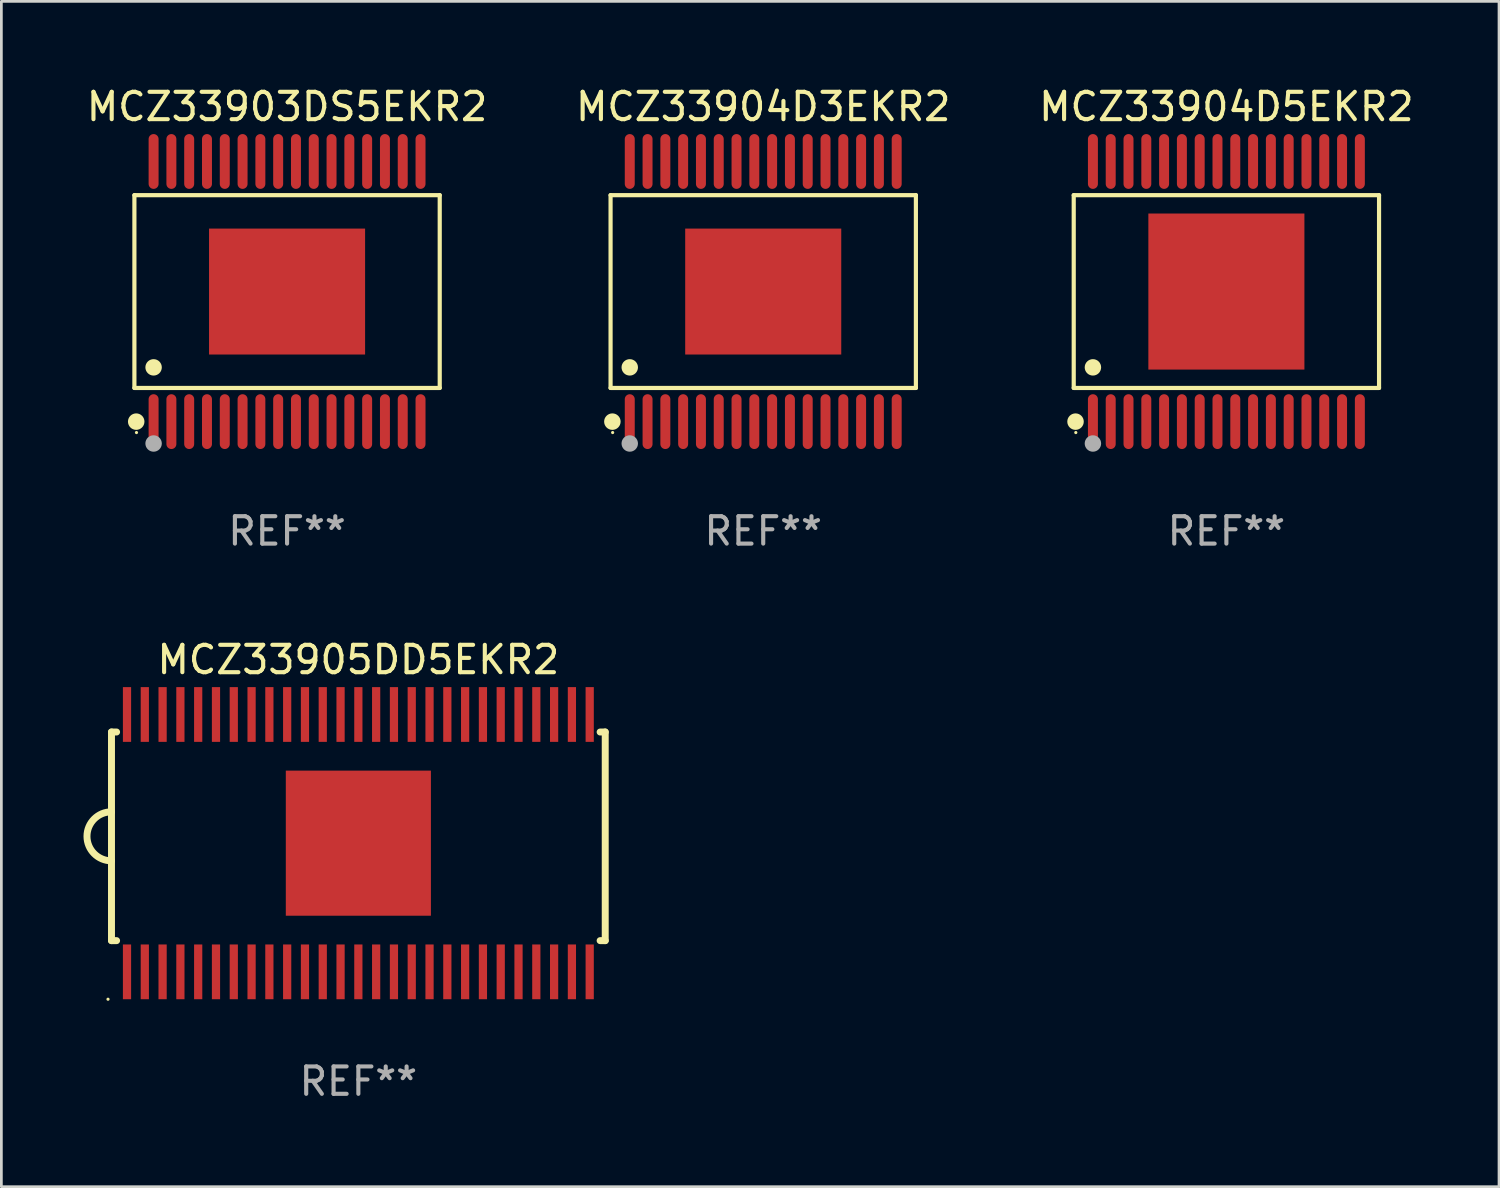
<source format=kicad_pcb>
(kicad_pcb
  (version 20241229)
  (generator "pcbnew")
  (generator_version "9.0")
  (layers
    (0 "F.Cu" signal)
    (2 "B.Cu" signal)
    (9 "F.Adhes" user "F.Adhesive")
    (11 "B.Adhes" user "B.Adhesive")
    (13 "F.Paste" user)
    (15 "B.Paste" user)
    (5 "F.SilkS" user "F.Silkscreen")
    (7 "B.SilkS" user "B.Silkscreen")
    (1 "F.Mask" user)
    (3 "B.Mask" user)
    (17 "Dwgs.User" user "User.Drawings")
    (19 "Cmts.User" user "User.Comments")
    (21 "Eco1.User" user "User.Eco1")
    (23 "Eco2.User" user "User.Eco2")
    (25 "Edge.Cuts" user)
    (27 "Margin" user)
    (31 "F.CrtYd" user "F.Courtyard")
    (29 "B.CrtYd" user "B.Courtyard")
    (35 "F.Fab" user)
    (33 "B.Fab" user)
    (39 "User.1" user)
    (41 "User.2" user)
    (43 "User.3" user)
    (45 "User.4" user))
  (footprint "MCZ33904D5EKR2"
    (layer "F.Cu")
    (at 41.744 7.599)
    (property "Reference" "MCZ33904D5EKR2" (at 0 -6.751 0) (layer "F.SilkS") (effects (font (size 1 1) (thickness 0.15))))
    (attr through_hole)
    (fp_line (start -5.576 -3.521) (end 5.576 -3.521) (stroke (width 0.152) (type solid)) (layer "F.SilkS"))
    (fp_line (start -5.576 3.521) (end -5.576 -3.521) (stroke (width 0.152) (type solid)) (layer "F.SilkS"))
    (fp_line (start 5.576 -3.521) (end 5.576 3.521) (stroke (width 0.152) (type solid)) (layer "F.SilkS"))
    (fp_line (start 5.576 3.521) (end -5.576 3.521) (stroke (width 0.152) (type solid)) (layer "F.SilkS"))
    (fp_circle (center -5.51 4.751) (end -5.359 4.751) (stroke (width 0.3) (type solid)) (fill no) (layer "F.SilkS"))
    (fp_circle (center -5.5 5.15) (end -5.47 5.15) (stroke (width 0.06) (type solid)) (fill no) (layer "F.SilkS"))
    (fp_circle (center -4.875 2.769) (end -4.725 2.769) (stroke (width 0.3) (type solid)) (fill no) (layer "F.SilkS"))
    (fp_circle (center -4.875 5.55) (end -4.725 5.55) (stroke (width 0.3) (type solid)) (fill no) (layer "F.Fab"))
    (fp_text user "REF**" (at 0 8.751 0) (layer "F.Fab") (effects (font (size 1 1) (thickness 0.15))))
    (pad "1" smd oval (at -4.875 4.751) (size 0.364 2.002) (layers "F.Cu" "F.Mask" "F.Paste"))
    (pad "2" smd oval (at -4.225 4.751) (size 0.364 2.002) (layers "F.Cu" "F.Mask" "F.Paste"))
    (pad "3" smd oval (at -3.575 4.751) (size 0.364 2.002) (layers "F.Cu" "F.Mask" "F.Paste"))
    (pad "4" smd oval (at -2.925 4.751) (size 0.364 2.002) (layers "F.Cu" "F.Mask" "F.Paste"))
    (pad "5" smd oval (at -2.275 4.751) (size 0.364 2.002) (layers "F.Cu" "F.Mask" "F.Paste"))
    (pad "6" smd oval (at -1.625 4.751) (size 0.364 2.002) (layers "F.Cu" "F.Mask" "F.Paste"))
    (pad "7" smd oval (at -0.975 4.751) (size 0.364 2.002) (layers "F.Cu" "F.Mask" "F.Paste"))
    (pad "8" smd oval (at -0.325 4.751) (size 0.364 2.002) (layers "F.Cu" "F.Mask" "F.Paste"))
    (pad "9" smd oval (at 0.325 4.751) (size 0.364 2.002) (layers "F.Cu" "F.Mask" "F.Paste"))
    (pad "10" smd oval (at 0.975 4.751) (size 0.364 2.002) (layers "F.Cu" "F.Mask" "F.Paste"))
    (pad "11" smd oval (at 1.625 4.751) (size 0.364 2.002) (layers "F.Cu" "F.Mask" "F.Paste"))
    (pad "12" smd oval (at 2.275 4.751) (size 0.364 2.002) (layers "F.Cu" "F.Mask" "F.Paste"))
    (pad "13" smd oval (at 2.925 4.751) (size 0.364 2.002) (layers "F.Cu" "F.Mask" "F.Paste"))
    (pad "14" smd oval (at 3.575 4.751) (size 0.364 2.002) (layers "F.Cu" "F.Mask" "F.Paste"))
    (pad "15" smd oval (at 4.225 4.751) (size 0.364 2.002) (layers "F.Cu" "F.Mask" "F.Paste"))
    (pad "16" smd oval (at 4.875 4.751) (size 0.364 2.002) (layers "F.Cu" "F.Mask" "F.Paste"))
    (pad "17" smd oval (at 4.875 -4.751) (size 0.364 2.002) (layers "F.Cu" "F.Mask" "F.Paste"))
    (pad "18" smd oval (at 4.225 -4.751) (size 0.364 2.002) (layers "F.Cu" "F.Mask" "F.Paste"))
    (pad "19" smd oval (at 3.575 -4.751) (size 0.364 2.002) (layers "F.Cu" "F.Mask" "F.Paste"))
    (pad "20" smd oval (at 2.925 -4.751) (size 0.364 2.002) (layers "F.Cu" "F.Mask" "F.Paste"))
    (pad "21" smd oval (at 2.275 -4.751) (size 0.364 2.002) (layers "F.Cu" "F.Mask" "F.Paste"))
    (pad "22" smd oval (at 1.625 -4.751) (size 0.364 2.002) (layers "F.Cu" "F.Mask" "F.Paste"))
    (pad "23" smd oval (at 0.975 -4.751) (size 0.364 2.002) (layers "F.Cu" "F.Mask" "F.Paste"))
    (pad "24" smd oval (at 0.325 -4.751) (size 0.364 2.002) (layers "F.Cu" "F.Mask" "F.Paste"))
    (pad "25" smd oval (at -0.325 -4.751) (size 0.364 2.002) (layers "F.Cu" "F.Mask" "F.Paste"))
    (pad "26" smd oval (at -0.975 -4.751) (size 0.364 2.002) (layers "F.Cu" "F.Mask" "F.Paste"))
    (pad "27" smd oval (at -1.625 -4.751) (size 0.364 2.002) (layers "F.Cu" "F.Mask" "F.Paste"))
    (pad "28" smd oval (at -2.275 -4.751) (size 0.364 2.002) (layers "F.Cu" "F.Mask" "F.Paste"))
    (pad "29" smd oval (at -2.925 -4.751) (size 0.364 2.002) (layers "F.Cu" "F.Mask" "F.Paste"))
    (pad "30" smd oval (at -3.575 -4.751) (size 0.364 2.002) (layers "F.Cu" "F.Mask" "F.Paste"))
    (pad "31" smd oval (at -4.225 -4.751) (size 0.364 2.002) (layers "F.Cu" "F.Mask" "F.Paste"))
    (pad "32" smd oval (at -4.875 -4.751) (size 0.364 2.002) (layers "F.Cu" "F.Mask" "F.Paste"))
    (pad "33" smd rect (at 0 0) (size 5.7 5.7) (layers "F.Cu" "F.Mask" "F.Paste")))
  (footprint "MCZ33904D3EKR2"
    (layer "F.Cu")
    (at 24.827 7.599)
    (property "Reference" "MCZ33904D3EKR2" (at 0 -6.751 0) (layer "F.SilkS") (effects (font (size 1 1) (thickness 0.15))))
    (attr through_hole)
    (fp_line (start -5.576 -3.521) (end 5.576 -3.521) (stroke (width 0.152) (type solid)) (layer "F.SilkS"))
    (fp_line (start -5.576 3.521) (end -5.576 -3.521) (stroke (width 0.152) (type solid)) (layer "F.SilkS"))
    (fp_line (start 5.576 -3.521) (end 5.576 3.521) (stroke (width 0.152) (type solid)) (layer "F.SilkS"))
    (fp_line (start 5.576 3.521) (end -5.576 3.521) (stroke (width 0.152) (type solid)) (layer "F.SilkS"))
    (fp_circle (center -5.51 4.751) (end -5.359 4.751) (stroke (width 0.3) (type solid)) (fill no) (layer "F.SilkS"))
    (fp_circle (center -5.5 5.15) (end -5.47 5.15) (stroke (width 0.06) (type solid)) (fill no) (layer "F.SilkS"))
    (fp_circle (center -4.875 2.769) (end -4.725 2.769) (stroke (width 0.3) (type solid)) (fill no) (layer "F.SilkS"))
    (fp_circle (center -4.875 5.55) (end -4.725 5.55) (stroke (width 0.3) (type solid)) (fill no) (layer "F.Fab"))
    (fp_text user "REF**" (at 0 8.751 0) (layer "F.Fab") (effects (font (size 1 1) (thickness 0.15))))
    (pad "1" smd oval (at -4.875 4.751) (size 0.364 2.002) (layers "F.Cu" "F.Mask" "F.Paste"))
    (pad "2" smd oval (at -4.225 4.751) (size 0.364 2.002) (layers "F.Cu" "F.Mask" "F.Paste"))
    (pad "3" smd oval (at -3.575 4.751) (size 0.364 2.002) (layers "F.Cu" "F.Mask" "F.Paste"))
    (pad "4" smd oval (at -2.925 4.751) (size 0.364 2.002) (layers "F.Cu" "F.Mask" "F.Paste"))
    (pad "5" smd oval (at -2.275 4.751) (size 0.364 2.002) (layers "F.Cu" "F.Mask" "F.Paste"))
    (pad "6" smd oval (at -1.625 4.751) (size 0.364 2.002) (layers "F.Cu" "F.Mask" "F.Paste"))
    (pad "7" smd oval (at -0.975 4.751) (size 0.364 2.002) (layers "F.Cu" "F.Mask" "F.Paste"))
    (pad "8" smd oval (at -0.325 4.751) (size 0.364 2.002) (layers "F.Cu" "F.Mask" "F.Paste"))
    (pad "9" smd oval (at 0.325 4.751) (size 0.364 2.002) (layers "F.Cu" "F.Mask" "F.Paste"))
    (pad "10" smd oval (at 0.975 4.751) (size 0.364 2.002) (layers "F.Cu" "F.Mask" "F.Paste"))
    (pad "11" smd oval (at 1.625 4.751) (size 0.364 2.002) (layers "F.Cu" "F.Mask" "F.Paste"))
    (pad "12" smd oval (at 2.275 4.751) (size 0.364 2.002) (layers "F.Cu" "F.Mask" "F.Paste"))
    (pad "13" smd oval (at 2.925 4.751) (size 0.364 2.002) (layers "F.Cu" "F.Mask" "F.Paste"))
    (pad "14" smd oval (at 3.575 4.751) (size 0.364 2.002) (layers "F.Cu" "F.Mask" "F.Paste"))
    (pad "15" smd oval (at 4.225 4.751) (size 0.364 2.002) (layers "F.Cu" "F.Mask" "F.Paste"))
    (pad "16" smd oval (at 4.875 4.751) (size 0.364 2.002) (layers "F.Cu" "F.Mask" "F.Paste"))
    (pad "17" smd oval (at 4.875 -4.751) (size 0.364 2.002) (layers "F.Cu" "F.Mask" "F.Paste"))
    (pad "18" smd oval (at 4.225 -4.751) (size 0.364 2.002) (layers "F.Cu" "F.Mask" "F.Paste"))
    (pad "19" smd oval (at 3.575 -4.751) (size 0.364 2.002) (layers "F.Cu" "F.Mask" "F.Paste"))
    (pad "20" smd oval (at 2.925 -4.751) (size 0.364 2.002) (layers "F.Cu" "F.Mask" "F.Paste"))
    (pad "21" smd oval (at 2.275 -4.751) (size 0.364 2.002) (layers "F.Cu" "F.Mask" "F.Paste"))
    (pad "22" smd oval (at 1.625 -4.751) (size 0.364 2.002) (layers "F.Cu" "F.Mask" "F.Paste"))
    (pad "23" smd oval (at 0.975 -4.751) (size 0.364 2.002) (layers "F.Cu" "F.Mask" "F.Paste"))
    (pad "24" smd oval (at 0.325 -4.751) (size 0.364 2.002) (layers "F.Cu" "F.Mask" "F.Paste"))
    (pad "25" smd oval (at -0.325 -4.751) (size 0.364 2.002) (layers "F.Cu" "F.Mask" "F.Paste"))
    (pad "26" smd oval (at -0.975 -4.751) (size 0.364 2.002) (layers "F.Cu" "F.Mask" "F.Paste"))
    (pad "27" smd oval (at -1.625 -4.751) (size 0.364 2.002) (layers "F.Cu" "F.Mask" "F.Paste"))
    (pad "28" smd oval (at -2.275 -4.751) (size 0.364 2.002) (layers "F.Cu" "F.Mask" "F.Paste"))
    (pad "29" smd oval (at -2.925 -4.751) (size 0.364 2.002) (layers "F.Cu" "F.Mask" "F.Paste"))
    (pad "30" smd oval (at -3.575 -4.751) (size 0.364 2.002) (layers "F.Cu" "F.Mask" "F.Paste"))
    (pad "31" smd oval (at -4.225 -4.751) (size 0.364 2.002) (layers "F.Cu" "F.Mask" "F.Paste"))
    (pad "32" smd oval (at -4.875 -4.751) (size 0.364 2.002) (layers "F.Cu" "F.Mask" "F.Paste"))
    (pad "33" smd rect (at 0 0) (size 5.7 4.6) (layers "F.Cu" "F.Mask" "F.Paste")))
  (footprint "MCZ33903DS5EKR2"
    (layer "F.Cu")
    (at 7.435 7.599)
    (property "Reference" "MCZ33903DS5EKR2" (at 0 -6.751 0) (layer "F.SilkS") (effects (font (size 1 1) (thickness 0.15))))
    (attr through_hole)
    (fp_line (start -5.576 -3.521) (end 5.576 -3.521) (stroke (width 0.152) (type solid)) (layer "F.SilkS"))
    (fp_line (start -5.576 3.521) (end -5.576 -3.521) (stroke (width 0.152) (type solid)) (layer "F.SilkS"))
    (fp_line (start 5.576 -3.521) (end 5.576 3.521) (stroke (width 0.152) (type solid)) (layer "F.SilkS"))
    (fp_line (start 5.576 3.521) (end -5.576 3.521) (stroke (width 0.152) (type solid)) (layer "F.SilkS"))
    (fp_circle (center -5.51 4.751) (end -5.359 4.751) (stroke (width 0.3) (type solid)) (fill no) (layer "F.SilkS"))
    (fp_circle (center -5.5 5.15) (end -5.47 5.15) (stroke (width 0.06) (type solid)) (fill no) (layer "F.SilkS"))
    (fp_circle (center -4.875 2.769) (end -4.725 2.769) (stroke (width 0.3) (type solid)) (fill no) (layer "F.SilkS"))
    (fp_circle (center -4.875 5.55) (end -4.725 5.55) (stroke (width 0.3) (type solid)) (fill no) (layer "F.Fab"))
    (fp_text user "REF**" (at 0 8.751 0) (layer "F.Fab") (effects (font (size 1 1) (thickness 0.15))))
    (pad "1" smd oval (at -4.875 4.751) (size 0.364 2.002) (layers "F.Cu" "F.Mask" "F.Paste"))
    (pad "2" smd oval (at -4.225 4.751) (size 0.364 2.002) (layers "F.Cu" "F.Mask" "F.Paste"))
    (pad "3" smd oval (at -3.575 4.751) (size 0.364 2.002) (layers "F.Cu" "F.Mask" "F.Paste"))
    (pad "4" smd oval (at -2.925 4.751) (size 0.364 2.002) (layers "F.Cu" "F.Mask" "F.Paste"))
    (pad "5" smd oval (at -2.275 4.751) (size 0.364 2.002) (layers "F.Cu" "F.Mask" "F.Paste"))
    (pad "6" smd oval (at -1.625 4.751) (size 0.364 2.002) (layers "F.Cu" "F.Mask" "F.Paste"))
    (pad "7" smd oval (at -0.975 4.751) (size 0.364 2.002) (layers "F.Cu" "F.Mask" "F.Paste"))
    (pad "8" smd oval (at -0.325 4.751) (size 0.364 2.002) (layers "F.Cu" "F.Mask" "F.Paste"))
    (pad "9" smd oval (at 0.325 4.751) (size 0.364 2.002) (layers "F.Cu" "F.Mask" "F.Paste"))
    (pad "10" smd oval (at 0.975 4.751) (size 0.364 2.002) (layers "F.Cu" "F.Mask" "F.Paste"))
    (pad "11" smd oval (at 1.625 4.751) (size 0.364 2.002) (layers "F.Cu" "F.Mask" "F.Paste"))
    (pad "12" smd oval (at 2.275 4.751) (size 0.364 2.002) (layers "F.Cu" "F.Mask" "F.Paste"))
    (pad "13" smd oval (at 2.925 4.751) (size 0.364 2.002) (layers "F.Cu" "F.Mask" "F.Paste"))
    (pad "14" smd oval (at 3.575 4.751) (size 0.364 2.002) (layers "F.Cu" "F.Mask" "F.Paste"))
    (pad "15" smd oval (at 4.225 4.751) (size 0.364 2.002) (layers "F.Cu" "F.Mask" "F.Paste"))
    (pad "16" smd oval (at 4.875 4.751) (size 0.364 2.002) (layers "F.Cu" "F.Mask" "F.Paste"))
    (pad "17" smd oval (at 4.875 -4.751) (size 0.364 2.002) (layers "F.Cu" "F.Mask" "F.Paste"))
    (pad "18" smd oval (at 4.225 -4.751) (size 0.364 2.002) (layers "F.Cu" "F.Mask" "F.Paste"))
    (pad "19" smd oval (at 3.575 -4.751) (size 0.364 2.002) (layers "F.Cu" "F.Mask" "F.Paste"))
    (pad "20" smd oval (at 2.925 -4.751) (size 0.364 2.002) (layers "F.Cu" "F.Mask" "F.Paste"))
    (pad "21" smd oval (at 2.275 -4.751) (size 0.364 2.002) (layers "F.Cu" "F.Mask" "F.Paste"))
    (pad "22" smd oval (at 1.625 -4.751) (size 0.364 2.002) (layers "F.Cu" "F.Mask" "F.Paste"))
    (pad "23" smd oval (at 0.975 -4.751) (size 0.364 2.002) (layers "F.Cu" "F.Mask" "F.Paste"))
    (pad "24" smd oval (at 0.325 -4.751) (size 0.364 2.002) (layers "F.Cu" "F.Mask" "F.Paste"))
    (pad "25" smd oval (at -0.325 -4.751) (size 0.364 2.002) (layers "F.Cu" "F.Mask" "F.Paste"))
    (pad "26" smd oval (at -0.975 -4.751) (size 0.364 2.002) (layers "F.Cu" "F.Mask" "F.Paste"))
    (pad "27" smd oval (at -1.625 -4.751) (size 0.364 2.002) (layers "F.Cu" "F.Mask" "F.Paste"))
    (pad "28" smd oval (at -2.275 -4.751) (size 0.364 2.002) (layers "F.Cu" "F.Mask" "F.Paste"))
    (pad "29" smd oval (at -2.925 -4.751) (size 0.364 2.002) (layers "F.Cu" "F.Mask" "F.Paste"))
    (pad "30" smd oval (at -3.575 -4.751) (size 0.364 2.002) (layers "F.Cu" "F.Mask" "F.Paste"))
    (pad "31" smd oval (at -4.225 -4.751) (size 0.364 2.002) (layers "F.Cu" "F.Mask" "F.Paste"))
    (pad "32" smd oval (at -4.875 -4.751) (size 0.364 2.002) (layers "F.Cu" "F.Mask" "F.Paste"))
    (pad "33" smd rect (at 0 0) (size 5.7 4.6) (layers "F.Cu" "F.Mask" "F.Paste")))
  (footprint "MCZ33905DD5EKR2"
    (layer "F.Cu")
    (at 10.039 27.747)
    (property "Reference" "MCZ33905DD5EKR2" (at 0 -6.7 0) (layer "F.SilkS") (effects (font (size 1 1) (thickness 0.15))))
    (attr through_hole)
    (fp_line (start -9.017 -4.06) (end -8.831 -4.06) (stroke (width 0.254) (type solid)) (layer "F.SilkS"))
    (fp_line (start -9.017 3.56) (end -9.017 -4.06) (stroke (width 0.254) (type solid)) (layer "F.SilkS"))
    (fp_line (start -8.831 3.56) (end -9.017 3.56) (stroke (width 0.254) (type solid)) (layer "F.SilkS"))
    (fp_line (start 8.831 -4.06) (end 9.017 -4.06) (stroke (width 0.254) (type solid)) (layer "F.SilkS"))
    (fp_line (start 9.017 -4.06) (end 9.017 3.56) (stroke (width 0.254) (type solid)) (layer "F.SilkS"))
    (fp_line (start 9.017 3.56) (end 8.831 3.56) (stroke (width 0.254) (type solid)) (layer "F.SilkS"))
    (fp_arc (start -9.017018 0.645009) (mid -9.912065 -0.250038) (end -9.017018 -1.145085) (stroke (width 0.254001) (type solid)) (layer "F.SilkS"))
    (fp_circle (center -9.144 5.7) (end -9.114 5.7) (stroke (width 0.06) (type solid)) (fill no) (layer "F.SilkS"))
    (fp_text user "REF**" (at 0 8.7 0) (layer "F.Fab") (effects (font (size 1 1) (thickness 0.15))))
    (pad "1" smd rect (at -8.45 4.7) (size 0.3 2) (layers "F.Cu" "F.Mask" "F.Paste"))
    (pad "2" smd rect (at -7.8 4.7) (size 0.3 2) (layers "F.Cu" "F.Mask" "F.Paste"))
    (pad "3" smd rect (at -7.15 4.7) (size 0.3 2) (layers "F.Cu" "F.Mask" "F.Paste"))
    (pad "4" smd rect (at -6.5 4.7) (size 0.3 2) (layers "F.Cu" "F.Mask" "F.Paste"))
    (pad "5" smd rect (at -5.85 4.7) (size 0.3 2) (layers "F.Cu" "F.Mask" "F.Paste"))
    (pad "6" smd rect (at -5.2 4.7) (size 0.3 2) (layers "F.Cu" "F.Mask" "F.Paste"))
    (pad "7" smd rect (at -4.55 4.7) (size 0.3 2) (layers "F.Cu" "F.Mask" "F.Paste"))
    (pad "8" smd rect (at -3.9 4.7) (size 0.3 2) (layers "F.Cu" "F.Mask" "F.Paste"))
    (pad "9" smd rect (at -3.25 4.7) (size 0.3 2) (layers "F.Cu" "F.Mask" "F.Paste"))
    (pad "10" smd rect (at -2.6 4.7) (size 0.3 2) (layers "F.Cu" "F.Mask" "F.Paste"))
    (pad "11" smd rect (at -1.95 4.7) (size 0.3 2) (layers "F.Cu" "F.Mask" "F.Paste"))
    (pad "12" smd rect (at -1.3 4.7) (size 0.3 2) (layers "F.Cu" "F.Mask" "F.Paste"))
    (pad "13" smd rect (at -0.65 4.7) (size 0.3 2) (layers "F.Cu" "F.Mask" "F.Paste"))
    (pad "14" smd rect (at 0.000076 4.7) (size 0.3 2) (layers "F.Cu" "F.Mask" "F.Paste"))
    (pad "15" smd rect (at 0.65 4.7) (size 0.3 2) (layers "F.Cu" "F.Mask" "F.Paste"))
    (pad "16" smd rect (at 1.3 4.7) (size 0.3 2) (layers "F.Cu" "F.Mask" "F.Paste"))
    (pad "17" smd rect (at 1.95 4.7) (size 0.3 2) (layers "F.Cu" "F.Mask" "F.Paste"))
    (pad "18" smd rect (at 2.6 4.7) (size 0.3 2) (layers "F.Cu" "F.Mask" "F.Paste"))
    (pad "19" smd rect (at 3.25 4.7) (size 0.3 2) (layers "F.Cu" "F.Mask" "F.Paste"))
    (pad "20" smd rect (at 3.9 4.7) (size 0.3 2) (layers "F.Cu" "F.Mask" "F.Paste"))
    (pad "21" smd rect (at 4.55 4.7) (size 0.3 2) (layers "F.Cu" "F.Mask" "F.Paste"))
    (pad "22" smd rect (at 5.2 4.7) (size 0.3 2) (layers "F.Cu" "F.Mask" "F.Paste"))
    (pad "23" smd rect (at 5.85 4.7) (size 0.3 2) (layers "F.Cu" "F.Mask" "F.Paste"))
    (pad "24" smd rect (at 6.5 4.7) (size 0.3 2) (layers "F.Cu" "F.Mask" "F.Paste"))
    (pad "25" smd rect (at 7.15 4.7) (size 0.3 2) (layers "F.Cu" "F.Mask" "F.Paste"))
    (pad "26" smd rect (at 7.8 4.7) (size 0.3 2) (layers "F.Cu" "F.Mask" "F.Paste"))
    (pad "27" smd rect (at 8.45 4.7) (size 0.3 2) (layers "F.Cu" "F.Mask" "F.Paste"))
    (pad "28" smd rect (at 8.45 -4.7) (size 0.3 2) (layers "F.Cu" "F.Mask" "F.Paste"))
    (pad "29" smd rect (at 7.8 -4.7) (size 0.3 2) (layers "F.Cu" "F.Mask" "F.Paste"))
    (pad "30" smd rect (at 7.15 -4.7) (size 0.3 2) (layers "F.Cu" "F.Mask" "F.Paste"))
    (pad "31" smd rect (at 6.5 -4.7) (size 0.3 2) (layers "F.Cu" "F.Mask" "F.Paste"))
    (pad "32" smd rect (at 5.85 -4.7) (size 0.3 2) (layers "F.Cu" "F.Mask" "F.Paste"))
    (pad "33" smd rect (at 5.2 -4.7) (size 0.3 2) (layers "F.Cu" "F.Mask" "F.Paste"))
    (pad "34" smd rect (at 4.55 -4.7) (size 0.3 2) (layers "F.Cu" "F.Mask" "F.Paste"))
    (pad "35" smd rect (at 3.9 -4.7) (size 0.3 2) (layers "F.Cu" "F.Mask" "F.Paste"))
    (pad "36" smd rect (at 3.25 -4.7) (size 0.3 2) (layers "F.Cu" "F.Mask" "F.Paste"))
    (pad "37" smd rect (at 2.6 -4.7) (size 0.3 2) (layers "F.Cu" "F.Mask" "F.Paste"))
    (pad "38" smd rect (at 1.95 -4.7) (size 0.3 2) (layers "F.Cu" "F.Mask" "F.Paste"))
    (pad "39" smd rect (at 1.3 -4.7) (size 0.3 2) (layers "F.Cu" "F.Mask" "F.Paste"))
    (pad "40" smd rect (at 0.65 -4.7) (size 0.3 2) (layers "F.Cu" "F.Mask" "F.Paste"))
    (pad "41" smd rect (at 0.000076 -4.7) (size 0.3 2) (layers "F.Cu" "F.Mask" "F.Paste"))
    (pad "42" smd rect (at -0.65 -4.7) (size 0.3 2) (layers "F.Cu" "F.Mask" "F.Paste"))
    (pad "43" smd rect (at -1.3 -4.7) (size 0.3 2) (layers "F.Cu" "F.Mask" "F.Paste"))
    (pad "44" smd rect (at -1.95 -4.7) (size 0.3 2) (layers "F.Cu" "F.Mask" "F.Paste"))
    (pad "45" smd rect (at -2.6 -4.7) (size 0.3 2) (layers "F.Cu" "F.Mask" "F.Paste"))
    (pad "46" smd rect (at -3.25 -4.7) (size 0.3 2) (layers "F.Cu" "F.Mask" "F.Paste"))
    (pad "47" smd rect (at -3.9 -4.7) (size 0.3 2) (layers "F.Cu" "F.Mask" "F.Paste"))
    (pad "48" smd rect (at -4.55 -4.7) (size 0.3 2) (layers "F.Cu" "F.Mask" "F.Paste"))
    (pad "49" smd rect (at -5.2 -4.7) (size 0.3 2) (layers "F.Cu" "F.Mask" "F.Paste"))
    (pad "50" smd rect (at -5.85 -4.7) (size 0.3 2) (layers "F.Cu" "F.Mask" "F.Paste"))
    (pad "51" smd rect (at -6.5 -4.7) (size 0.3 2) (layers "F.Cu" "F.Mask" "F.Paste"))
    (pad "52" smd rect (at -7.15 -4.7) (size 0.3 2) (layers "F.Cu" "F.Mask" "F.Paste"))
    (pad "53" smd rect (at -7.8 -4.7) (size 0.3 2) (layers "F.Cu" "F.Mask" "F.Paste"))
    (pad "54" smd rect (at -8.45 -4.7) (size 0.3 2) (layers "F.Cu" "F.Mask" "F.Paste"))
    (pad "55" smd rect (at 0.000076 0) (size 5.3 5.3) (layers "F.Cu" "F.Mask" "F.Paste")))
  (gr_rect
    (start -3 -3)
    (end 51.702 40.295)
    (stroke (width 0.1) (type default))
    (fill no)
    (layer "Edge.Cuts")))
</source>
